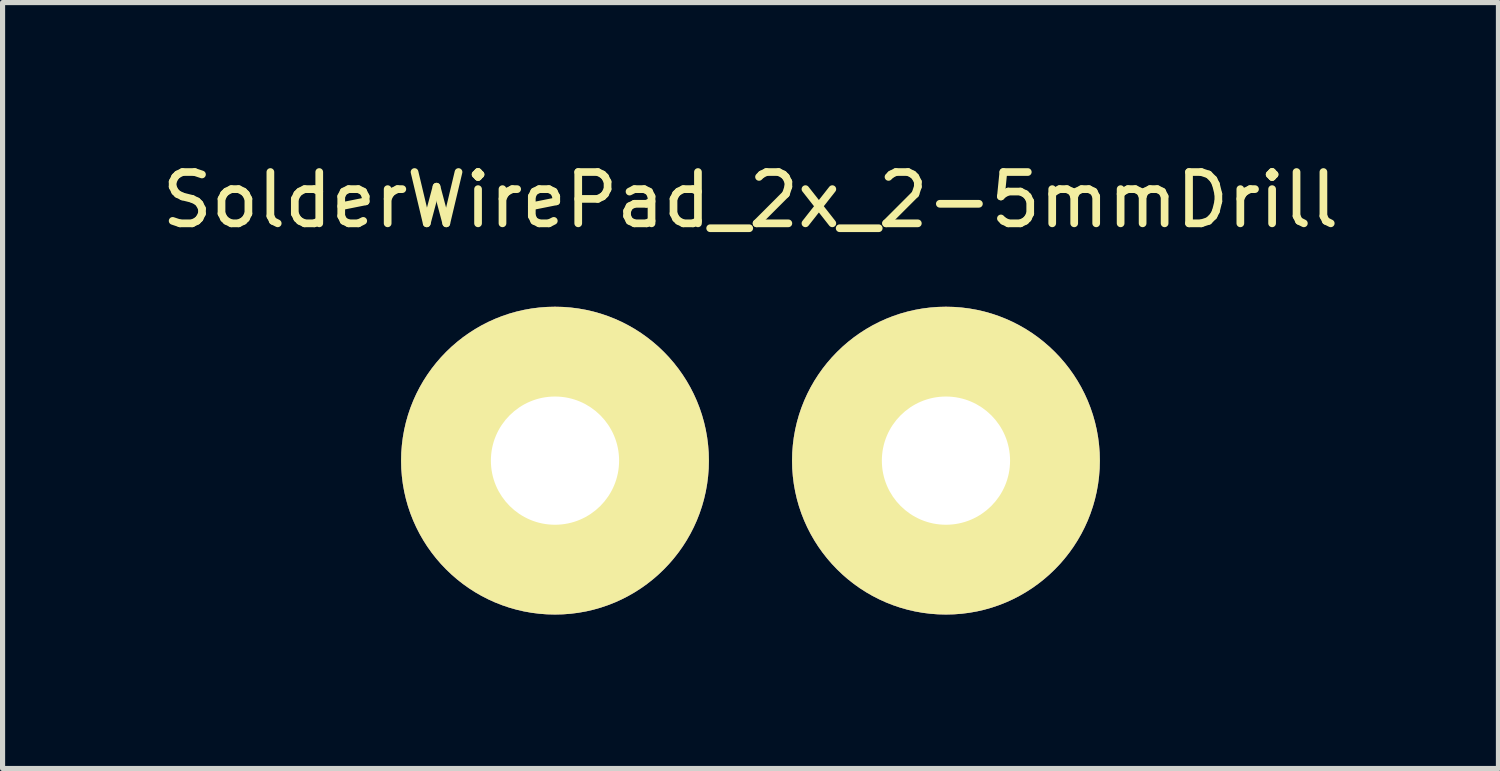
<source format=kicad_pcb>
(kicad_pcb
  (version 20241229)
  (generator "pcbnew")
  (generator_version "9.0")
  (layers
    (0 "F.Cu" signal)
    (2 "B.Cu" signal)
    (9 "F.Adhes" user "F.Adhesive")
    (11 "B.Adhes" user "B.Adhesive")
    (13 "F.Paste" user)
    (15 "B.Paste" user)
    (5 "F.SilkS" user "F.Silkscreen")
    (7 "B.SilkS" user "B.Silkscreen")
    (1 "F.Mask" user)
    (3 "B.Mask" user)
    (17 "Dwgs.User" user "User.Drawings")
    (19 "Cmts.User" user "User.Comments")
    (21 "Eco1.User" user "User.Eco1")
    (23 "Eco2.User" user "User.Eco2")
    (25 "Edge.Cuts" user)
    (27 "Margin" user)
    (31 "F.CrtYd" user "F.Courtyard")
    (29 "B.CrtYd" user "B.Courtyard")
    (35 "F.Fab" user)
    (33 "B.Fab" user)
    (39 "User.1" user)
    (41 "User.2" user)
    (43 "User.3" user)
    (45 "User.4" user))
  (footprint "SolderWirePad_2x_2-5mmDrill"
    (layer "F.Cu")
    (at 11.577 5.928)
    (property "Reference" "SolderWirePad_2x_2-5mmDrill" (at 0 -5.08 0) (layer "F.SilkS") (effects (font (size 1 1) (thickness 0.15))))
    (attr through_hole)
    (pad "1" thru_hole circle (at -3.81 0) (size 5.999 5.999) (drill 2.499) (layers "*.Cu" "*.Mask" "F.SilkS"))
    (pad "2" thru_hole circle (at 3.81 0) (size 5.999 5.999) (drill 2.499) (layers "*.Cu" "*.Mask" "F.SilkS")))
  (gr_rect
    (start -3 -3)
    (end 26.155 11.928)
    (stroke (width 0.1) (type default))
    (fill no)
    (layer "Edge.Cuts")))
</source>
